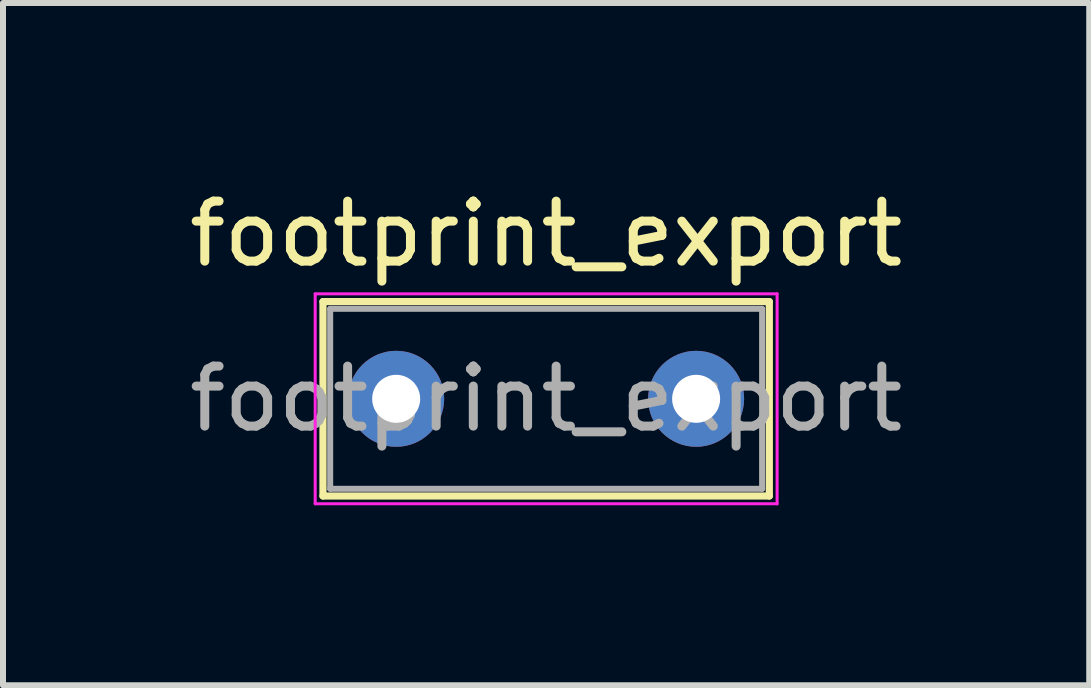
<source format=kicad_pcb>
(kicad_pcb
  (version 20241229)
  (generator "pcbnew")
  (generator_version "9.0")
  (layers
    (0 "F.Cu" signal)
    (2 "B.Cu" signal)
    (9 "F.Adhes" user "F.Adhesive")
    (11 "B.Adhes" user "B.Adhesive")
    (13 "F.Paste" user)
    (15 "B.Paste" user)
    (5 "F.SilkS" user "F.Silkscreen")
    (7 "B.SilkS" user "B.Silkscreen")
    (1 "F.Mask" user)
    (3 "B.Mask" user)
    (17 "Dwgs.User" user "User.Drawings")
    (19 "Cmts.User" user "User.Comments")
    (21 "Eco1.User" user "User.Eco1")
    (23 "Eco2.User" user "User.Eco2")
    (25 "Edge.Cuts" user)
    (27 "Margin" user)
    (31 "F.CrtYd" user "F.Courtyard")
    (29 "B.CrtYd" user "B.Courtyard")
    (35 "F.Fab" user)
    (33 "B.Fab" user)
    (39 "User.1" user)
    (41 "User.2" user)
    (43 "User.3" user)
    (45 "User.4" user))
  (footprint "footprint_export"
    (layer "F.Cu")
    (at 3.554 3.598)
    (property "Reference" "footprint_export" (at 2.5 -2.75 0) (layer "F.SilkS") (effects (font (size 1 1) (thickness 0.15))))
    (attr through_hole)
    (fp_line (start -1.22 -1.62) (end -1.22 1.62) (stroke (width 0.12) (type solid)) (layer "F.SilkS"))
    (fp_line (start -1.22 -1.62) (end 6.22 -1.62) (stroke (width 0.12) (type solid)) (layer "F.SilkS"))
    (fp_line (start -1.22 1.62) (end 6.22 1.62) (stroke (width 0.12) (type solid)) (layer "F.SilkS"))
    (fp_line (start 6.22 -1.62) (end 6.22 1.62) (stroke (width 0.12) (type solid)) (layer "F.SilkS"))
    (fp_line (start -1.35 -1.75) (end -1.35 1.75) (stroke (width 0.05) (type solid)) (layer "F.CrtYd"))
    (fp_line (start -1.35 1.75) (end 6.35 1.75) (stroke (width 0.05) (type solid)) (layer "F.CrtYd"))
    (fp_line (start 6.35 -1.75) (end -1.35 -1.75) (stroke (width 0.05) (type solid)) (layer "F.CrtYd"))
    (fp_line (start 6.35 1.75) (end 6.35 -1.75) (stroke (width 0.05) (type solid)) (layer "F.CrtYd"))
    (fp_line (start -1.1 -1.5) (end -1.1 1.5) (stroke (width 0.1) (type solid)) (layer "F.Fab"))
    (fp_line (start -1.1 1.5) (end 6.1 1.5) (stroke (width 0.1) (type solid)) (layer "F.Fab"))
    (fp_line (start 6.1 -1.5) (end -1.1 -1.5) (stroke (width 0.1) (type solid)) (layer "F.Fab"))
    (fp_line (start 6.1 1.5) (end 6.1 -1.5) (stroke (width 0.1) (type solid)) (layer "F.Fab"))
    (fp_text user "${REFERENCE}" (at 2.5 0 0) (layer "F.Fab") (effects (font (size 1 1) (thickness 0.15))))
    (pad "1" thru_hole circle (at 0 0) (size 1.6 1.6) (drill 0.8) (layers "*.Cu" "*.Mask"))
    (pad "2" thru_hole circle (at 5 0) (size 1.6 1.6) (drill 0.8) (layers "*.Cu" "*.Mask")))
  (gr_rect
    (start -3 -3)
    (end 15.107 8.373)
    (stroke (width 0.1) (type default))
    (fill no)
    (layer "Edge.Cuts")))
</source>
